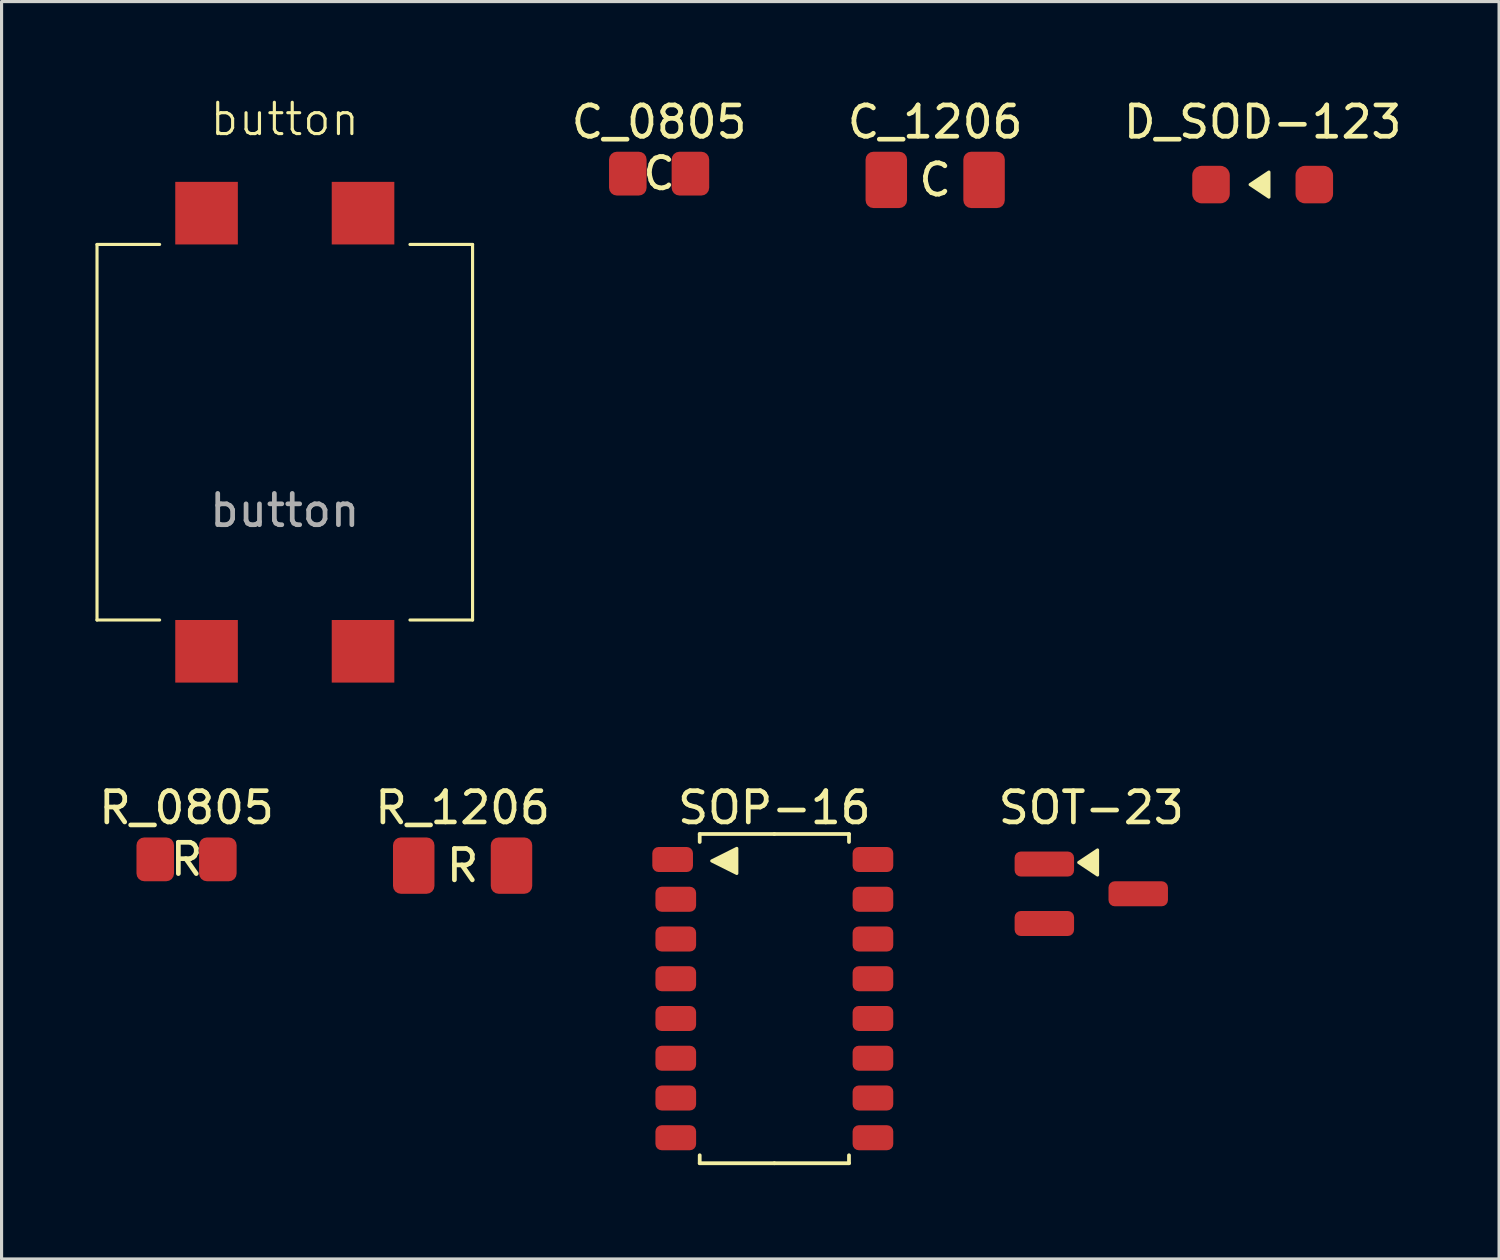
<source format=kicad_pcb>
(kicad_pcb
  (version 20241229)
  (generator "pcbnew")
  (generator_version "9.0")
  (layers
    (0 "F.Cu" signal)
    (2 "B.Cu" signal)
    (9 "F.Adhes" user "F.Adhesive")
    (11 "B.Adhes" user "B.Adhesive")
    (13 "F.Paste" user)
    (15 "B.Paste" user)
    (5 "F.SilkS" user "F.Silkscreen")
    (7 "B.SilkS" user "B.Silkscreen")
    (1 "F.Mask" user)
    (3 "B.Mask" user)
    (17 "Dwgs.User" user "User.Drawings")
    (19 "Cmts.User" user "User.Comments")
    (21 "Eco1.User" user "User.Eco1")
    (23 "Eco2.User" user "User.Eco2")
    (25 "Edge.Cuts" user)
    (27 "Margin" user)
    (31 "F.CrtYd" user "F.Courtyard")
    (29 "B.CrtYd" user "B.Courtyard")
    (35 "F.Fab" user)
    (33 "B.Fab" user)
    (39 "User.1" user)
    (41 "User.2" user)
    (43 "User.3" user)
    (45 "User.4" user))
  (footprint "SOP-16"
    (layer "F.Cu")
    (at 21.693 28.859)
    (property "Reference" "SOP-16" (at 0 -6.1 0) (layer "F.SilkS") (effects (font (size 1 1) (thickness 0.15))))
    (attr smd)
    (fp_line (start -2.385 -5.26) (end -2.385 -5.005) (stroke (width 0.12) (type solid)) (layer "F.SilkS"))
    (fp_line (start -2.385 5.26) (end -2.385 5.005) (stroke (width 0.12) (type solid)) (layer "F.SilkS"))
    (fp_line (start 0 -5.26) (end -2.385 -5.26) (stroke (width 0.12) (type solid)) (layer "F.SilkS"))
    (fp_line (start 0 -5.26) (end 2.385 -5.26) (stroke (width 0.12) (type solid)) (layer "F.SilkS"))
    (fp_line (start 0 5.26) (end -2.385 5.26) (stroke (width 0.12) (type solid)) (layer "F.SilkS"))
    (fp_line (start 0 5.26) (end 2.385 5.26) (stroke (width 0.12) (type solid)) (layer "F.SilkS"))
    (fp_line (start 2.385 -5.26) (end 2.385 -5.005) (stroke (width 0.12) (type solid)) (layer "F.SilkS"))
    (fp_line (start 2.385 5.26) (end 2.385 5.005) (stroke (width 0.12) (type solid)) (layer "F.SilkS"))
    (fp_poly (pts (xy -2 -4.4) (xy -1.2 -4.8) (xy -1.2 -4)) (stroke (width 0.1) (type solid)) (fill yes) (layer "F.SilkS"))
    (fp_line (start -4 -5) (end -3.9 5) (stroke (width 0.1) (type default)) (layer "User.1"))
    (fp_line (start -4 -5) (end 4 -5) (stroke (width 0.1) (type default)) (layer "User.1"))
    (fp_line (start -3.9 5) (end 4 5) (stroke (width 0.1) (type default)) (layer "User.1"))
    (fp_line (start -2 -4.4) (end -1.2 -4.8) (stroke (width 0.1) (type default)) (layer "User.1"))
    (fp_line (start -2 -4.4) (end -1.2 -4) (stroke (width 0.1) (type default)) (layer "User.1"))
    (fp_line (start -1.2 -4.8) (end -1.6 -4.6) (stroke (width 0.1) (type default)) (layer "User.1"))
    (fp_line (start -1.2 -4) (end -1.2 -4.8) (stroke (width 0.1) (type default)) (layer "User.1"))
    (fp_line (start 4 -5) (end 4 5) (stroke (width 0.1) (type default)) (layer "User.1"))
    (pad "1" smd roundrect (at -3.25 -4.445) (size 1.3 0.8) (layers "F.Cu" "F.Mask" "F.Paste") (roundrect_rratio 0.25))
    (pad "2" smd roundrect (at -3.15 -3.175) (size 1.3 0.8) (layers "F.Cu" "F.Mask" "F.Paste") (roundrect_rratio 0.25))
    (pad "3" smd roundrect (at -3.15 -1.905) (size 1.3 0.8) (layers "F.Cu" "F.Mask" "F.Paste") (roundrect_rratio 0.25))
    (pad "4" smd roundrect (at -3.15 -0.635) (size 1.3 0.8) (layers "F.Cu" "F.Mask" "F.Paste") (roundrect_rratio 0.25))
    (pad "5" smd roundrect (at -3.15 0.635) (size 1.3 0.8) (layers "F.Cu" "F.Mask" "F.Paste") (roundrect_rratio 0.25))
    (pad "6" smd roundrect (at -3.15 1.905) (size 1.3 0.8) (layers "F.Cu" "F.Mask" "F.Paste") (roundrect_rratio 0.25))
    (pad "7" smd roundrect (at -3.15 3.175) (size 1.3 0.8) (layers "F.Cu" "F.Mask" "F.Paste") (roundrect_rratio 0.25))
    (pad "8" smd roundrect (at -3.15 4.445) (size 1.3 0.8) (layers "F.Cu" "F.Mask" "F.Paste") (roundrect_rratio 0.25))
    (pad "9" smd roundrect (at 3.15 4.445) (size 1.3 0.8) (layers "F.Cu" "F.Mask" "F.Paste") (roundrect_rratio 0.25))
    (pad "10" smd roundrect (at 3.15 3.175) (size 1.3 0.8) (layers "F.Cu" "F.Mask" "F.Paste") (roundrect_rratio 0.25))
    (pad "11" smd roundrect (at 3.15 1.905) (size 1.3 0.8) (layers "F.Cu" "F.Mask" "F.Paste") (roundrect_rratio 0.25))
    (pad "12" smd roundrect (at 3.15 0.635) (size 1.3 0.8) (layers "F.Cu" "F.Mask" "F.Paste") (roundrect_rratio 0.25))
    (pad "13" smd roundrect (at 3.15 -0.635) (size 1.3 0.8) (layers "F.Cu" "F.Mask" "F.Paste") (roundrect_rratio 0.25))
    (pad "14" smd roundrect (at 3.15 -1.905) (size 1.3 0.8) (layers "F.Cu" "F.Mask" "F.Paste") (roundrect_rratio 0.25))
    (pad "15" smd roundrect (at 3.15 -3.175) (size 1.3 0.8) (layers "F.Cu" "F.Mask" "F.Paste") (roundrect_rratio 0.25))
    (pad "16" smd roundrect (at 3.15 -4.445) (size 1.3 0.8) (layers "F.Cu" "F.Mask" "F.Paste") (roundrect_rratio 0.25)))
  (footprint "D_SOD-123"
    (layer "F.Cu")
    (at 37.296 2.848)
    (property "Reference" "D_SOD-123" (at 0 -2 0) (layer "F.SilkS") (effects (font (size 1 1) (thickness 0.15))))
    (attr smd)
    (fp_poly (pts (xy -0.4 0) (xy 0.2 -0.4) (xy 0.2 0.4)) (stroke (width 0.1) (type solid)) (fill yes) (layer "F.SilkS"))
    (fp_line (start -2.4 -0.7) (end -2.4 0.7) (stroke (width 0.1) (type default)) (layer "User.1"))
    (fp_line (start -2.4 -0.7) (end 2.4 -0.7) (stroke (width 0.1) (type default)) (layer "User.1"))
    (fp_line (start -2.4 0.7) (end 2.4 0.7) (stroke (width 0.1) (type default)) (layer "User.1"))
    (fp_line (start 2.4 -0.7) (end 2.4 0.7) (stroke (width 0.1) (type default)) (layer "User.1"))
    (pad "1" smd roundrect (at -1.65 0) (size 1.2 1.2) (layers "F.Cu" "F.Mask" "F.Paste") (roundrect_rratio 0.25))
    (pad "2" smd roundrect (at 1.65 0) (size 1.2 1.2) (layers "F.Cu" "F.Mask" "F.Paste") (roundrect_rratio 0.25)))
  (footprint "C_0805"
    (layer "F.Cu")
    (at 18.011 2.498)
    (property "Reference" "C_0805" (at 0 -1.65 0) (layer "F.SilkS") (effects (font (size 1 1) (thickness 0.15))))
    (attr smd)
    (fp_line (start -1.7 -0.8) (end 1.7 -0.8) (stroke (width 0.1) (type default)) (layer "User.1"))
    (fp_line (start -1.7 0.8) (end -1.7 -0.8) (stroke (width 0.1) (type default)) (layer "User.1"))
    (fp_line (start 1.7 -0.8) (end 1.7 0.8) (stroke (width 0.1) (type default)) (layer "User.1"))
    (fp_line (start 1.7 0.8) (end -1.7 0.8) (stroke (width 0.1) (type default)) (layer "User.1"))
    (fp_text user "C" (at 0 0 0) (unlocked yes) (layer "F.SilkS") (effects (font (size 1 1) (thickness 0.15))))
    (pad "1" smd roundrect (at -1 0) (size 1.2 1.4) (layers "F.Cu" "F.Mask" "F.Paste") (roundrect_rratio 0.208))
    (pad "2" smd roundrect (at 1 0) (size 1.2 1.4) (layers "F.Cu" "F.Mask" "F.Paste") (roundrect_rratio 0.208)))
  (footprint "R_0805"
    (layer "F.Cu")
    (at 2.911 24.409)
    (property "Reference" "R_0805" (at 0 -1.65 0) (layer "F.SilkS") (effects (font (size 1 1) (thickness 0.15))))
    (attr smd)
    (fp_line (start -1.7 -0.8) (end -1.7 0.8) (stroke (width 0.1) (type default)) (layer "User.1"))
    (fp_line (start -1.7 -0.8) (end 1.7 -0.8) (stroke (width 0.1) (type default)) (layer "User.1"))
    (fp_line (start -1.7 0.8) (end 1.7 0.8) (stroke (width 0.1) (type default)) (layer "User.1"))
    (fp_line (start 1.7 -0.8) (end 1.7 0.8) (stroke (width 0.1) (type default)) (layer "User.1"))
    (fp_text user "R" (at 0 0 0) (unlocked yes) (layer "F.SilkS") (effects (font (size 1 1) (thickness 0.15))))
    (pad "1" smd roundrect (at -1 0) (size 1.2 1.4) (layers "F.Cu" "F.Mask" "F.Paste") (roundrect_rratio 0.208))
    (pad "2" smd roundrect (at 1 0) (size 1.2 1.4) (layers "F.Cu" "F.Mask" "F.Paste") (roundrect_rratio 0.208)))
  (footprint "button"
    (layer "F.Cu")
    (at 6.05 10.761)
    (property "Reference" "button" (at 0 -10 0) (unlocked yes) (layer "F.SilkS") (effects (font (size 1 1) (thickness 0.1))))
    (attr smd)
    (fp_line (start -6 -6) (end -4 -6) (stroke (width 0.1) (type default)) (layer "F.SilkS"))
    (fp_line (start -6 6) (end -6 -6) (stroke (width 0.1) (type default)) (layer "F.SilkS"))
    (fp_line (start -4 6) (end -6 6) (stroke (width 0.1) (type default)) (layer "F.SilkS"))
    (fp_line (start 6 -6) (end 4 -6) (stroke (width 0.1) (type default)) (layer "F.SilkS"))
    (fp_line (start 6 -6) (end 6 6) (stroke (width 0.1) (type default)) (layer "F.SilkS"))
    (fp_line (start 6 6) (end 4 6) (stroke (width 0.1) (type default)) (layer "F.SilkS"))
    (fp_line (start -3.6 -8.1) (end -3.6 8.1) (stroke (width 0.1) (type default)) (layer "User.1"))
    (fp_line (start -3.6 -8.1) (end 3.6 -8.1) (stroke (width 0.1) (type default)) (layer "User.1"))
    (fp_line (start 3.6 -8.1) (end 3.6 8.1) (stroke (width 0.1) (type default)) (layer "User.1"))
    (fp_line (start 3.6 8.1) (end -3.6 8.1) (stroke (width 0.1) (type default)) (layer "User.1"))
    (fp_text user "${REFERENCE}" (at 0 2.5 0) (unlocked yes) (layer "F.Fab") (effects (font (size 1 1) (thickness 0.15))))
    (pad "1" smd rect (at -2.5 -7) (size 2 2) (layers "F.Cu" "F.Mask" "F.Paste"))
    (pad "2" smd rect (at -2.5 7) (size 2 2) (layers "F.Cu" "F.Mask" "F.Paste"))
    (pad "3" smd rect (at 2.5 -7) (size 2 2) (layers "F.Cu" "F.Mask" "F.Paste"))
    (pad "4" smd rect (at 2.5 7) (size 2 2) (layers "F.Cu" "F.Mask" "F.Paste")))
  (footprint "C_1206"
    (layer "F.Cu")
    (at 26.832 2.698)
    (property "Reference" "C_1206" (at 0 -1.85 0) (layer "F.SilkS") (effects (font (size 1 1) (thickness 0.15))))
    (attr smd)
    (fp_line (start -2.3 -1) (end 2.3 -1) (stroke (width 0.1) (type default)) (layer "User.1"))
    (fp_line (start -2.3 1) (end -2.3 -1) (stroke (width 0.1) (type default)) (layer "User.1"))
    (fp_line (start 2.3 -1) (end 2.3 1) (stroke (width 0.1) (type default)) (layer "User.1"))
    (fp_line (start 2.3 1) (end -2.3 1) (stroke (width 0.1) (type default)) (layer "User.1"))
    (fp_text user "C" (at 0 0 0) (unlocked yes) (layer "F.SilkS") (effects (font (size 1 1) (thickness 0.15))))
    (pad "1" smd roundrect (at -1.562 0) (size 1.325 1.8) (layers "F.Cu" "F.Mask" "F.Paste") (roundrect_rratio 0.189))
    (pad "2" smd roundrect (at 1.562 0) (size 1.325 1.8) (layers "F.Cu" "F.Mask" "F.Paste") (roundrect_rratio 0.189)))
  (footprint "R_1206"
    (layer "F.Cu")
    (at 11.732 24.609)
    (property "Reference" "R_1206" (at 0 -1.85 0) (layer "F.SilkS") (effects (font (size 1 1) (thickness 0.15))))
    (attr smd)
    (fp_line (start -2.3 -1) (end -2.3 1) (stroke (width 0.1) (type default)) (layer "User.1"))
    (fp_line (start -2.3 -1) (end 2.3 -1) (stroke (width 0.1) (type default)) (layer "User.1"))
    (fp_line (start 2.3 -1) (end 2.3 1) (stroke (width 0.1) (type default)) (layer "User.1"))
    (fp_line (start 2.3 1) (end -2.3 1) (stroke (width 0.1) (type default)) (layer "User.1"))
    (fp_text user "R" (at 0 0 0) (unlocked yes) (layer "F.SilkS") (effects (font (size 1 1) (thickness 0.15))))
    (pad "1" smd roundrect (at -1.562 0) (size 1.325 1.8) (layers "F.Cu" "F.Mask" "F.Paste") (roundrect_rratio 0.189))
    (pad "2" smd roundrect (at 1.562 0) (size 1.325 1.8) (layers "F.Cu" "F.Mask" "F.Paste") (roundrect_rratio 0.189)))
  (footprint "SOT-23"
    (layer "F.Cu")
    (at 31.82 25.509)
    (property "Reference" "SOT-23" (at 0 -2.75 0) (layer "F.SilkS") (effects (font (size 1 1) (thickness 0.15))))
    (attr smd)
    (fp_poly (pts (xy -0.4 -1) (xy 0.2 -1.4) (xy 0.2 -0.6)) (stroke (width 0.1) (type solid)) (fill yes) (layer "F.SilkS"))
    (fp_line (start -2.5 -1.4) (end -2.5 1.4) (stroke (width 0.1) (type default)) (layer "User.1"))
    (fp_line (start -2.5 -1.4) (end 2.5 -1.4) (stroke (width 0.1) (type default)) (layer "User.1"))
    (fp_line (start 2.5 -1.4) (end 2.5 1.4) (stroke (width 0.1) (type default)) (layer "User.1"))
    (fp_line (start 2.5 1.4) (end -2.5 1.4) (stroke (width 0.1) (type default)) (layer "User.1"))
    (pad "1" smd roundrect (at -1.5 -0.95) (size 1.9 0.8) (layers "F.Cu" "F.Mask" "F.Paste") (roundrect_rratio 0.25))
    (pad "2" smd roundrect (at -1.5 0.95) (size 1.9 0.8) (layers "F.Cu" "F.Mask" "F.Paste") (roundrect_rratio 0.25))
    (pad "3" smd roundrect (at 1.5 0) (size 1.9 0.8) (layers "F.Cu" "F.Mask" "F.Paste") (roundrect_rratio 0.25)))
  (gr_rect
    (start -3 -3)
    (end 44.85 37.179)
    (stroke (width 0.1) (type default))
    (fill no)
    (layer "Edge.Cuts")))
</source>
